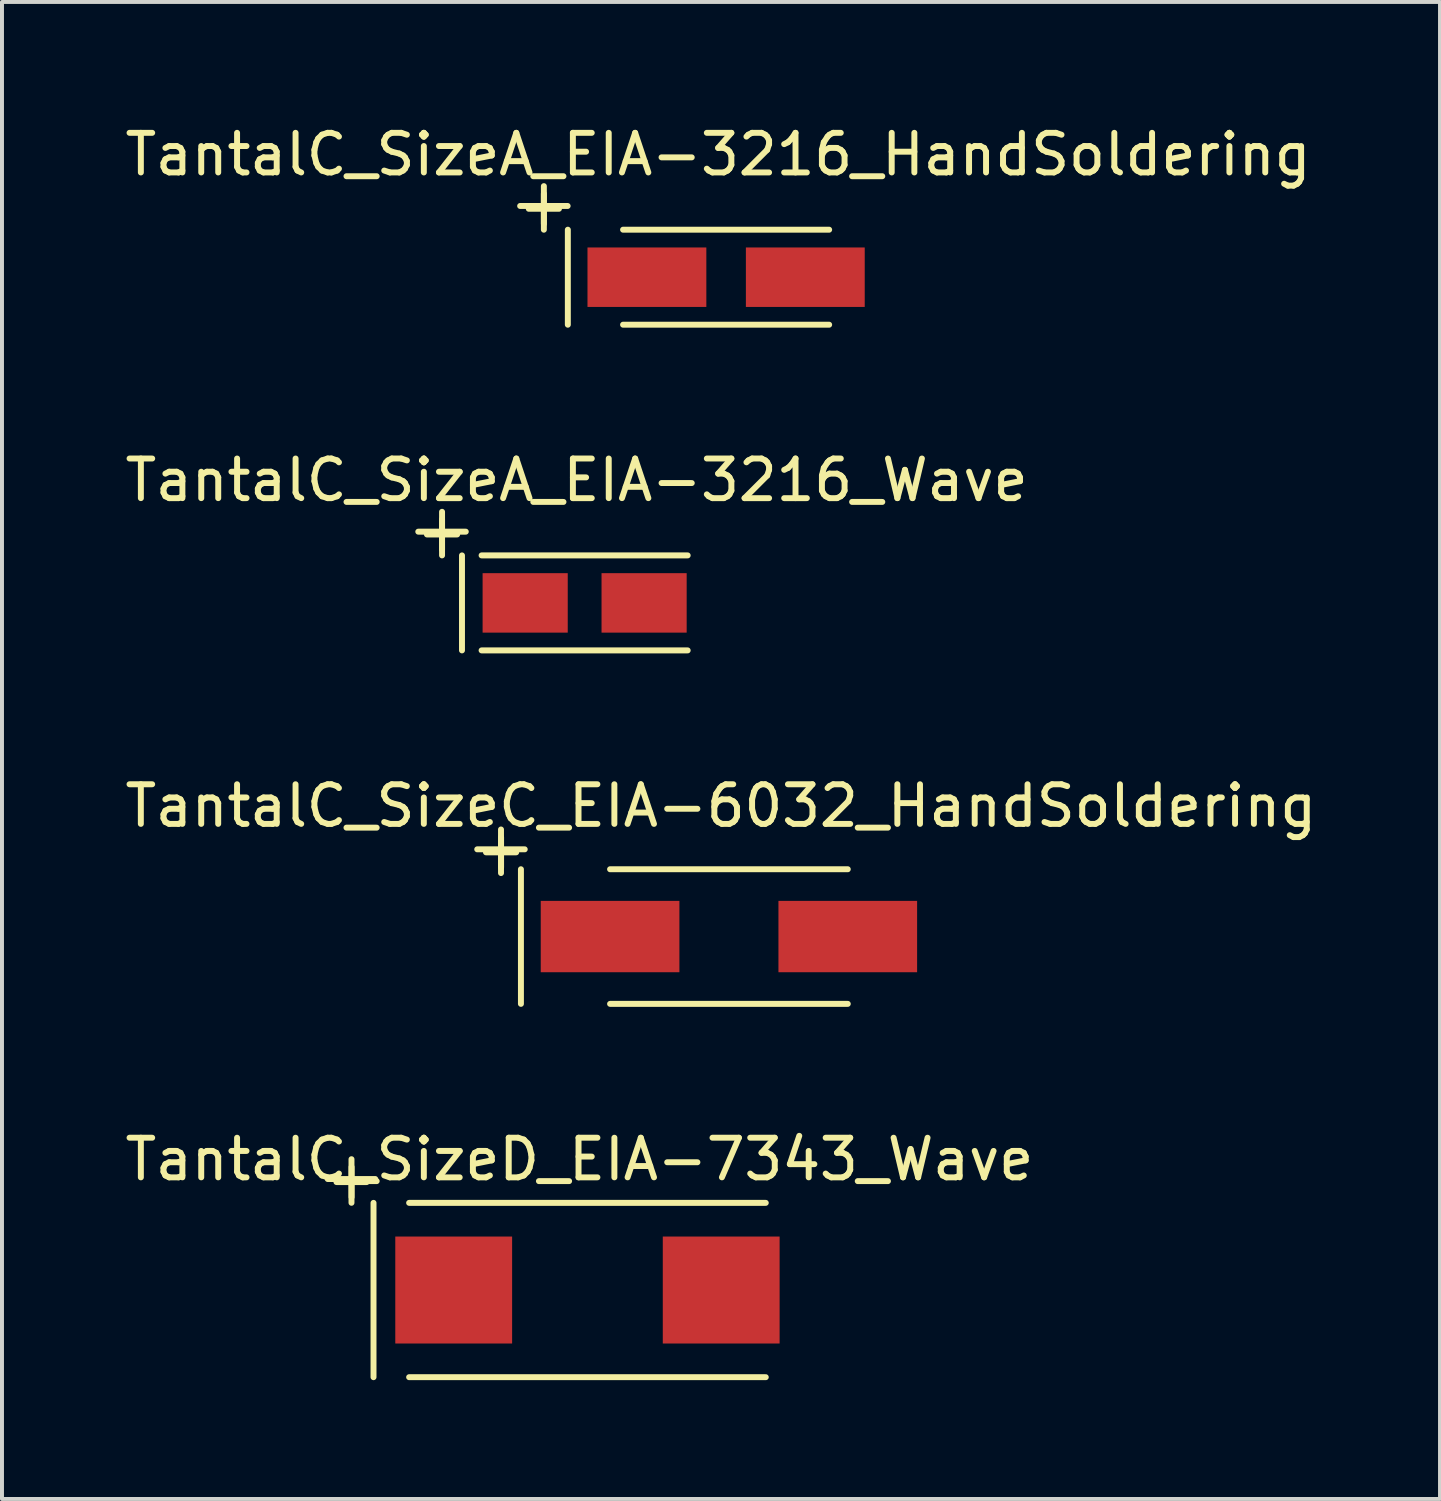
<source format=kicad_pcb>
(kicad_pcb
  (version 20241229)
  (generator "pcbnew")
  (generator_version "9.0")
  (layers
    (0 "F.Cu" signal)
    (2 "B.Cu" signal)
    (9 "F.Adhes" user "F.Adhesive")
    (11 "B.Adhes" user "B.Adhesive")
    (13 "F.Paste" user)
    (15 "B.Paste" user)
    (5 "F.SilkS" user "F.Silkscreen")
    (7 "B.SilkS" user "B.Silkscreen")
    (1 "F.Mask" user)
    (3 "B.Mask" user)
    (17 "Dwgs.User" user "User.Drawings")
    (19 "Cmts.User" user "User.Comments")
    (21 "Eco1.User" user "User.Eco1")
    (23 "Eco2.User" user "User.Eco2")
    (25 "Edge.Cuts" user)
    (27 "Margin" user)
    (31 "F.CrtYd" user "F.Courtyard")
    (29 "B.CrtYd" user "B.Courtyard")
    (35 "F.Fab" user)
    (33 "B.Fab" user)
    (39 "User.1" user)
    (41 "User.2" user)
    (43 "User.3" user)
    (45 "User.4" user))
  (footprint "TantalC_SizeA_EIA-3216_Wave"
    (layer "F.Cu")
    (at 11.707 12.168)
    (property "Reference" "TantalC_SizeA_EIA-3216_Wave" (at -0.201 -3.099 0) (layer "F.SilkS") (effects (font (size 1 1) (thickness 0.15))))
    (attr smd)
    (fp_line (start -4.199 -1.798) (end -3 -1.798) (stroke (width 0.15) (type solid)) (layer "F.SilkS"))
    (fp_line (start -3.599 -2.299) (end -3.599 -1.199) (stroke (width 0.15) (type solid)) (layer "F.SilkS"))
    (fp_line (start -3.096 -1.199) (end -3.096 1.199) (stroke (width 0.15) (type solid)) (layer "F.SilkS"))
    (fp_line (start -2.601 1.199) (end 2.601 1.199) (stroke (width 0.15) (type solid)) (layer "F.SilkS"))
    (fp_line (start 2.601 -1.199) (end -2.601 -1.199) (stroke (width 0.15) (type solid)) (layer "F.SilkS"))
    (fp_text user "+" (at -3.599 -1.801 0) (layer "F.SilkS") (effects (font (size 1 1) (thickness 0.15))))
    (pad "1" smd rect (at -1.501 0) (size 2.149 1.501) (layers "F.Cu" "F.Mask" "F.Paste"))
    (pad "2" smd rect (at 1.501 0) (size 2.149 1.501) (layers "F.Cu" "F.Mask" "F.Paste")))
  (footprint "TantalC_SizeA_EIA-3216_HandSoldering"
    (layer "F.Cu")
    (at 15.278 3.947)
    (property "Reference" "TantalC_SizeA_EIA-3216_HandSoldering" (at -0.201 -3.099 0) (layer "F.SilkS") (effects (font (size 1 1) (thickness 0.15))))
    (attr smd)
    (fp_line (start -5.199 -1.798) (end -4 -1.798) (stroke (width 0.15) (type solid)) (layer "F.SilkS"))
    (fp_line (start -4.6 -2.299) (end -4.6 -1.199) (stroke (width 0.15) (type solid)) (layer "F.SilkS"))
    (fp_line (start -3.995 -1.199) (end -3.995 1.199) (stroke (width 0.15) (type solid)) (layer "F.SilkS"))
    (fp_line (start -2.601 1.199) (end 2.601 1.199) (stroke (width 0.15) (type solid)) (layer "F.SilkS"))
    (fp_line (start 2.601 -1.199) (end -2.601 -1.199) (stroke (width 0.15) (type solid)) (layer "F.SilkS"))
    (fp_text user "+" (at -4.6 -1.801 0) (layer "F.SilkS") (effects (font (size 1 1) (thickness 0.15))))
    (pad "1" smd rect (at -1.999 0) (size 3 1.501) (layers "F.Cu" "F.Mask" "F.Paste"))
    (pad "2" smd rect (at 1.999 0) (size 3 1.501) (layers "F.Cu" "F.Mask" "F.Paste")))
  (footprint "TantalC_SizeD_EIA-7343_Wave"
    (layer "F.Cu")
    (at 11.778 29.512)
    (property "Reference" "TantalC_SizeD_EIA-7343_Wave" (at -0.201 -3.299 0) (layer "F.SilkS") (effects (font (size 1 1) (thickness 0.15))))
    (attr smd)
    (fp_line (start -6.556 -2.802) (end -5.357 -2.802) (stroke (width 0.15) (type solid)) (layer "F.SilkS"))
    (fp_line (start -5.956 -3.302) (end -5.956 -2.202) (stroke (width 0.15) (type solid)) (layer "F.SilkS"))
    (fp_line (start -5.4 -2.2) (end -5.4 2.2) (stroke (width 0.15) (type solid)) (layer "F.SilkS"))
    (fp_line (start -4.501 2.2) (end 4.501 2.2) (stroke (width 0.15) (type solid)) (layer "F.SilkS"))
    (fp_line (start 4.501 -2.2) (end -4.501 -2.2) (stroke (width 0.15) (type solid)) (layer "F.SilkS"))
    (fp_text user "+" (at -5.954 -2.799 0) (layer "F.SilkS") (effects (font (size 1 1) (thickness 0.15))))
    (pad "1" smd rect (at -3.376 0) (size 2.949 2.7) (layers "F.Cu" "F.Mask" "F.Paste"))
    (pad "2" smd rect (at 3.376 0) (size 2.949 2.7) (layers "F.Cu" "F.Mask" "F.Paste")))
  (footprint "TantalC_SizeC_EIA-6032_HandSoldering"
    (layer "F.Cu")
    (at 15.349 20.59)
    (property "Reference" "TantalC_SizeC_EIA-6032_HandSoldering" (at -0.201 -3.299 0) (layer "F.SilkS") (effects (font (size 1 1) (thickness 0.15))))
    (attr smd)
    (fp_line (start -6.353 -2.202) (end -5.154 -2.202) (stroke (width 0.15) (type solid)) (layer "F.SilkS"))
    (fp_line (start -5.753 -2.703) (end -5.753 -1.603) (stroke (width 0.15) (type solid)) (layer "F.SilkS"))
    (fp_line (start -5.25 -1.699) (end -5.25 1.699) (stroke (width 0.15) (type solid)) (layer "F.SilkS"))
    (fp_line (start 3 -1.699) (end -3 -1.699) (stroke (width 0.15) (type solid)) (layer "F.SilkS"))
    (fp_line (start 3 1.699) (end -3 1.699) (stroke (width 0.15) (type solid)) (layer "F.SilkS"))
    (fp_text user "+" (at -5.751 -2.2 0) (layer "F.SilkS") (effects (font (size 1 1) (thickness 0.15))))
    (pad "1" smd rect (at -3 0) (size 3.5 1.801) (layers "F.Cu" "F.Mask" "F.Paste"))
    (pad "2" smd rect (at 3 0) (size 3.5 1.801) (layers "F.Cu" "F.Mask" "F.Paste")))
  (gr_rect
    (start -3 -3)
    (end 33.298 34.786)
    (stroke (width 0.1) (type default))
    (fill no)
    (layer "Edge.Cuts")))
</source>
